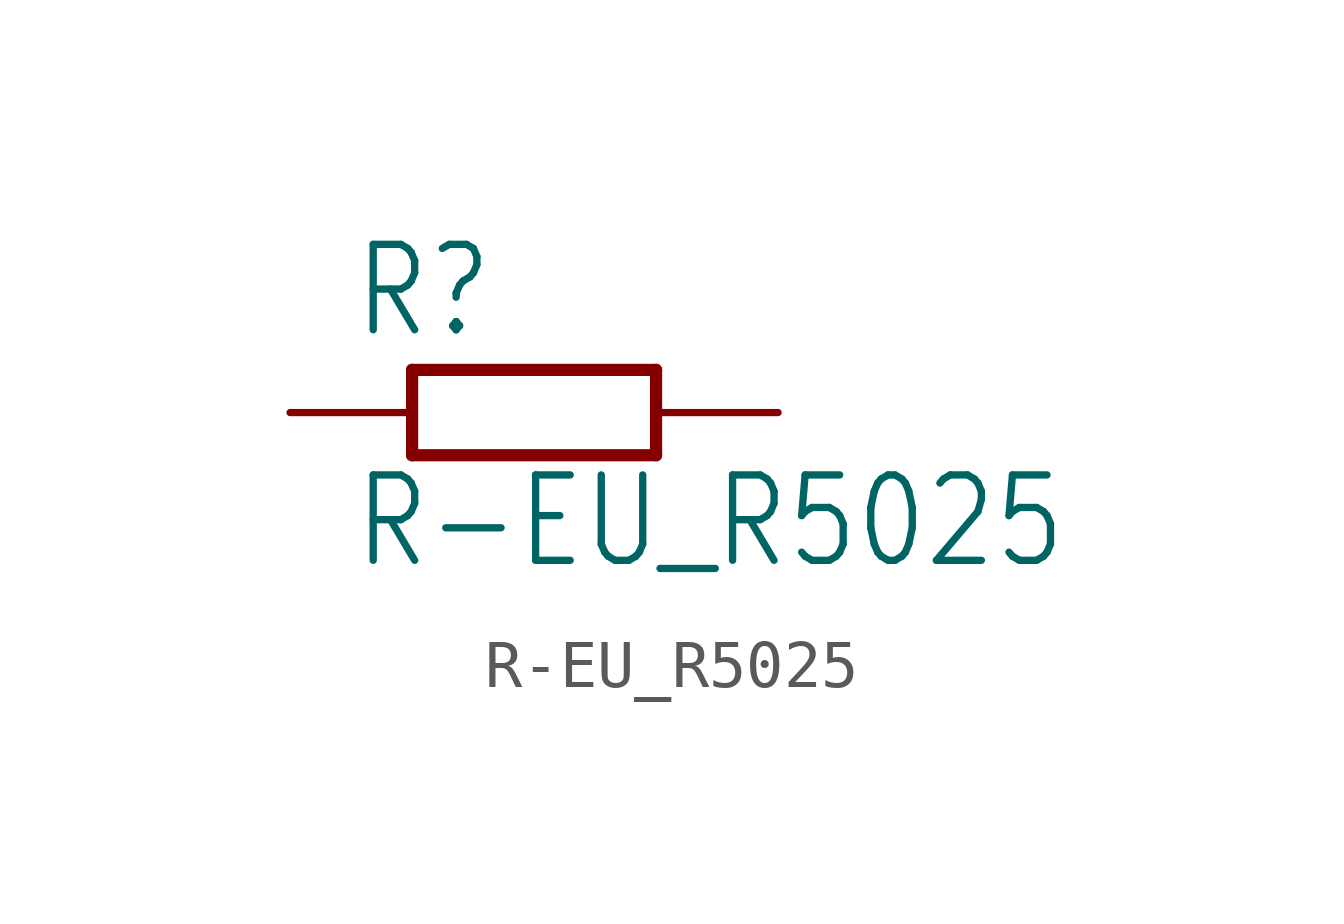
<source format=kicad_sym>
(kicad_symbol_lib
  (version 20210619)
  (generator kicad_symbol_editor)
  (symbol "R-EU_R5025"
    (property "Reference" "R"
      (at -3.81 1.499 0)
      (effects (font (size 1.778 1.511)) (justify left bottom)))
    (property "Value" "R-EU_R5025"
      (at -3.81 -3.302 0)
      (effects (font (size 1.778 1.511)) (justify left bottom)))
    (property "ki_locked" ""
      (at 0 0 0)
      (effects (font (size 1.27 1.27))))
    (symbol "R-EU_R5025_1_0"
      (polyline (pts (xy -2.54 -0.889) (xy -2.54 0.889)) (stroke (width 0.254)) (fill (type none)))
      (polyline (pts (xy -2.54 -0.889) (xy 2.54 -0.889)) (stroke (width 0.254)) (fill (type none)))
      (polyline (pts (xy 2.54 -0.889) (xy 2.54 0.889)) (stroke (width 0.254)) (fill (type none)))
      (polyline (pts (xy 2.54 0.889) (xy -2.54 0.889)) (stroke (width 0.254)) (fill (type none)))
      (pin passive line (at -5.08 0 0) (length 2.54) (name "1" (effects (font (size 0 0)))) (number "1" (effects (font (size 0 0)))))
      (pin passive line (at 5.08 0 180) (length 2.54) (name "2" (effects (font (size 0 0)))) (number "2" (effects (font (size 0 0))))))))
</source>
